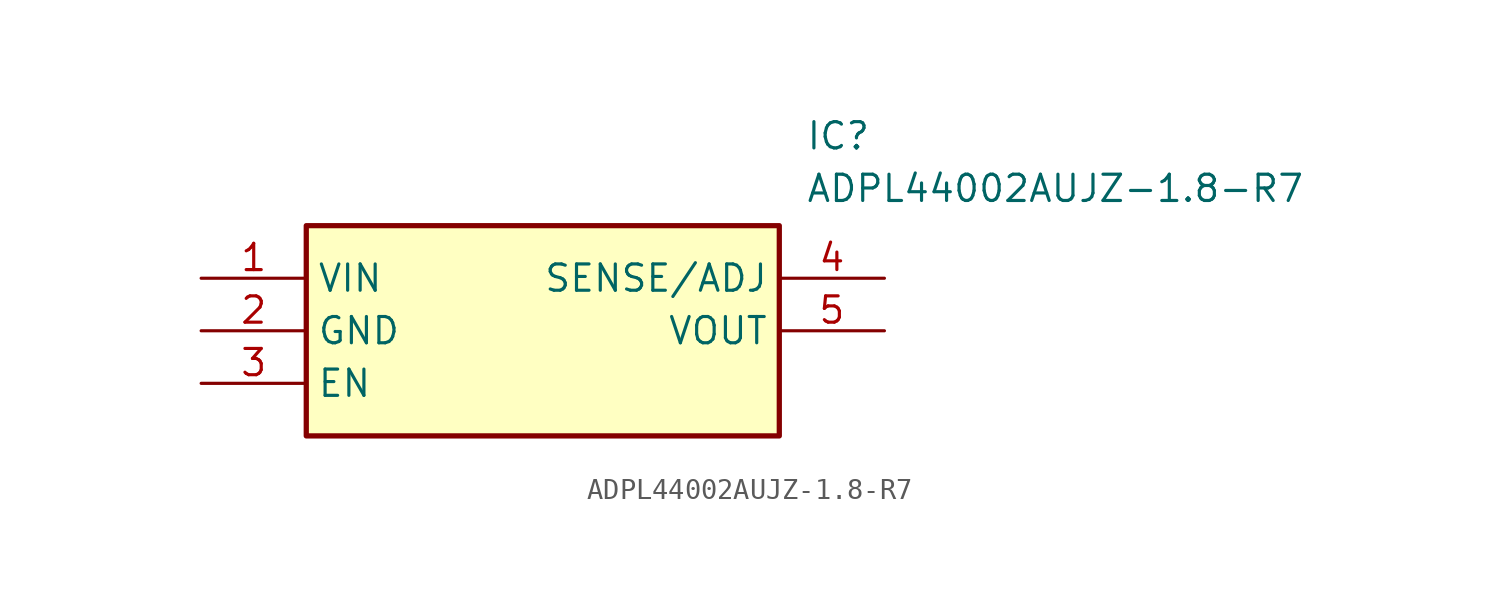
<source format=kicad_sym>
(kicad_symbol_lib
  (version 20241209)
  (generator "kicad_symbol_editor")
  (generator_version "9.0")
  (symbol "ADPL44002AUJZ-1.8-R7"
    (property "Reference" "IC"
      (at 29.21 7.62 0)
      (effects (font (size 1.27 1.27)) (justify left top)))
    (property "Value" "ADPL44002AUJZ-1.8-R7"
      (at 29.21 5.08 0)
      (effects (font (size 1.27 1.27)) (justify left top)))
    (symbol "ADPL44002AUJZ-1.8-R7_1_1"
      (rectangle (start 5.08 2.54) (end 27.94 -7.62) (stroke (width 0.254) (type default)) (fill (type background)))
      (pin passive line (at 0 0 0) (length 5.08) (name "VIN" (effects (font (size 1.27 1.27)))) (number "1" (effects (font (size 1.27 1.27)))))
      (pin passive line (at 0 -2.54 0) (length 5.08) (name "GND" (effects (font (size 1.27 1.27)))) (number "2" (effects (font (size 1.27 1.27)))))
      (pin passive line (at 0 -5.08 0) (length 5.08) (name "EN" (effects (font (size 1.27 1.27)))) (number "3" (effects (font (size 1.27 1.27)))))
      (pin passive line (at 33.02 0 180) (length 5.08) (name "SENSE/ADJ" (effects (font (size 1.27 1.27)))) (number "4" (effects (font (size 1.27 1.27)))))
      (pin passive line (at 33.02 -2.54 180) (length 5.08) (name "VOUT" (effects (font (size 1.27 1.27)))) (number "5" (effects (font (size 1.27 1.27))))))))
</source>
